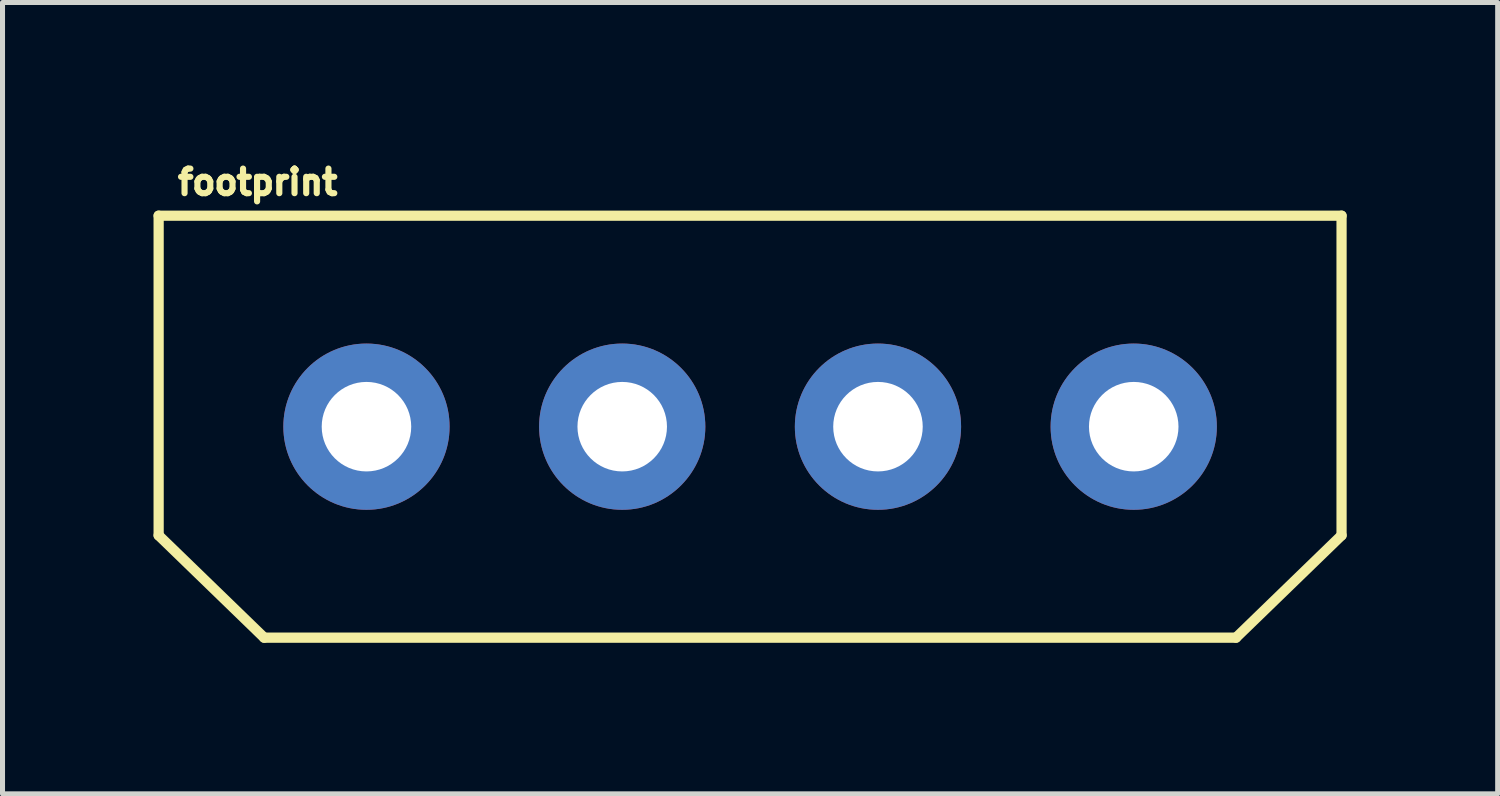
<source format=kicad_pcb>
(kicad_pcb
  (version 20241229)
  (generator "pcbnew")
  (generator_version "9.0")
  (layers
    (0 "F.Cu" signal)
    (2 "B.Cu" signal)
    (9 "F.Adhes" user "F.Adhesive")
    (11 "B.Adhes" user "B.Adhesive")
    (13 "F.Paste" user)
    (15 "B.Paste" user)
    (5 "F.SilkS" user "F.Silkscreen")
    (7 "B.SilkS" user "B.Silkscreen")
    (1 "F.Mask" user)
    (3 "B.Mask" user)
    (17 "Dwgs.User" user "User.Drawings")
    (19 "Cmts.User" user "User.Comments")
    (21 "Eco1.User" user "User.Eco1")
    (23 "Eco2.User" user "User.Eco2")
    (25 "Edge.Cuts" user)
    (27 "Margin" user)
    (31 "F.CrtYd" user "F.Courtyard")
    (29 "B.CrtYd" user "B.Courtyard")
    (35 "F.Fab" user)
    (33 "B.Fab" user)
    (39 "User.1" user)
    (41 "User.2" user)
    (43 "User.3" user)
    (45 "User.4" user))
  (footprint "footprint"
    (layer "F.Cu")
    (at 11.849 5.425)
    (property "Reference" "footprint" (at -11.43 -4.572 0) (layer "F.SilkS") (effects (font (size 0.488 0.488) (thickness 0.122)) (justify left bottom)))
    (fp_line (start -11.748 -4.191) (end 11.748 -4.191) (stroke (width 0.203) (type solid)) (layer "F.SilkS"))
    (fp_line (start -11.748 2.159) (end -11.748 -4.191) (stroke (width 0.203) (type solid)) (layer "F.SilkS"))
    (fp_line (start -9.652 4.191) (end -11.748 2.159) (stroke (width 0.203) (type solid)) (layer "F.SilkS"))
    (fp_line (start 9.652 4.191) (end -9.652 4.191) (stroke (width 0.203) (type solid)) (layer "F.SilkS"))
    (fp_line (start 11.748 -4.191) (end 11.748 2.159) (stroke (width 0.203) (type solid)) (layer "F.SilkS"))
    (fp_line (start 11.748 2.159) (end 9.652 4.191) (stroke (width 0.203) (type solid)) (layer "F.SilkS"))
    (pad "5V" thru_hole circle (at 7.62 0) (size 3.302 3.302) (drill 1.778) (layers "*.Cu" "*.Mask"))
    (pad "12V" thru_hole circle (at -7.62 0) (size 3.302 3.302) (drill 1.778) (layers "*.Cu" "*.Mask"))
    (pad "GND" thru_hole circle (at 2.54 0) (size 3.302 3.302) (drill 1.778) (layers "*.Cu" "*.Mask"))
    (pad "NC" thru_hole circle (at -2.54 0) (size 3.302 3.302) (drill 1.778) (layers "*.Cu" "*.Mask")))
  (gr_rect
    (start -3 -3)
    (end 26.698 12.718)
    (stroke (width 0.1) (type default))
    (fill no)
    (layer "Edge.Cuts")))
</source>
